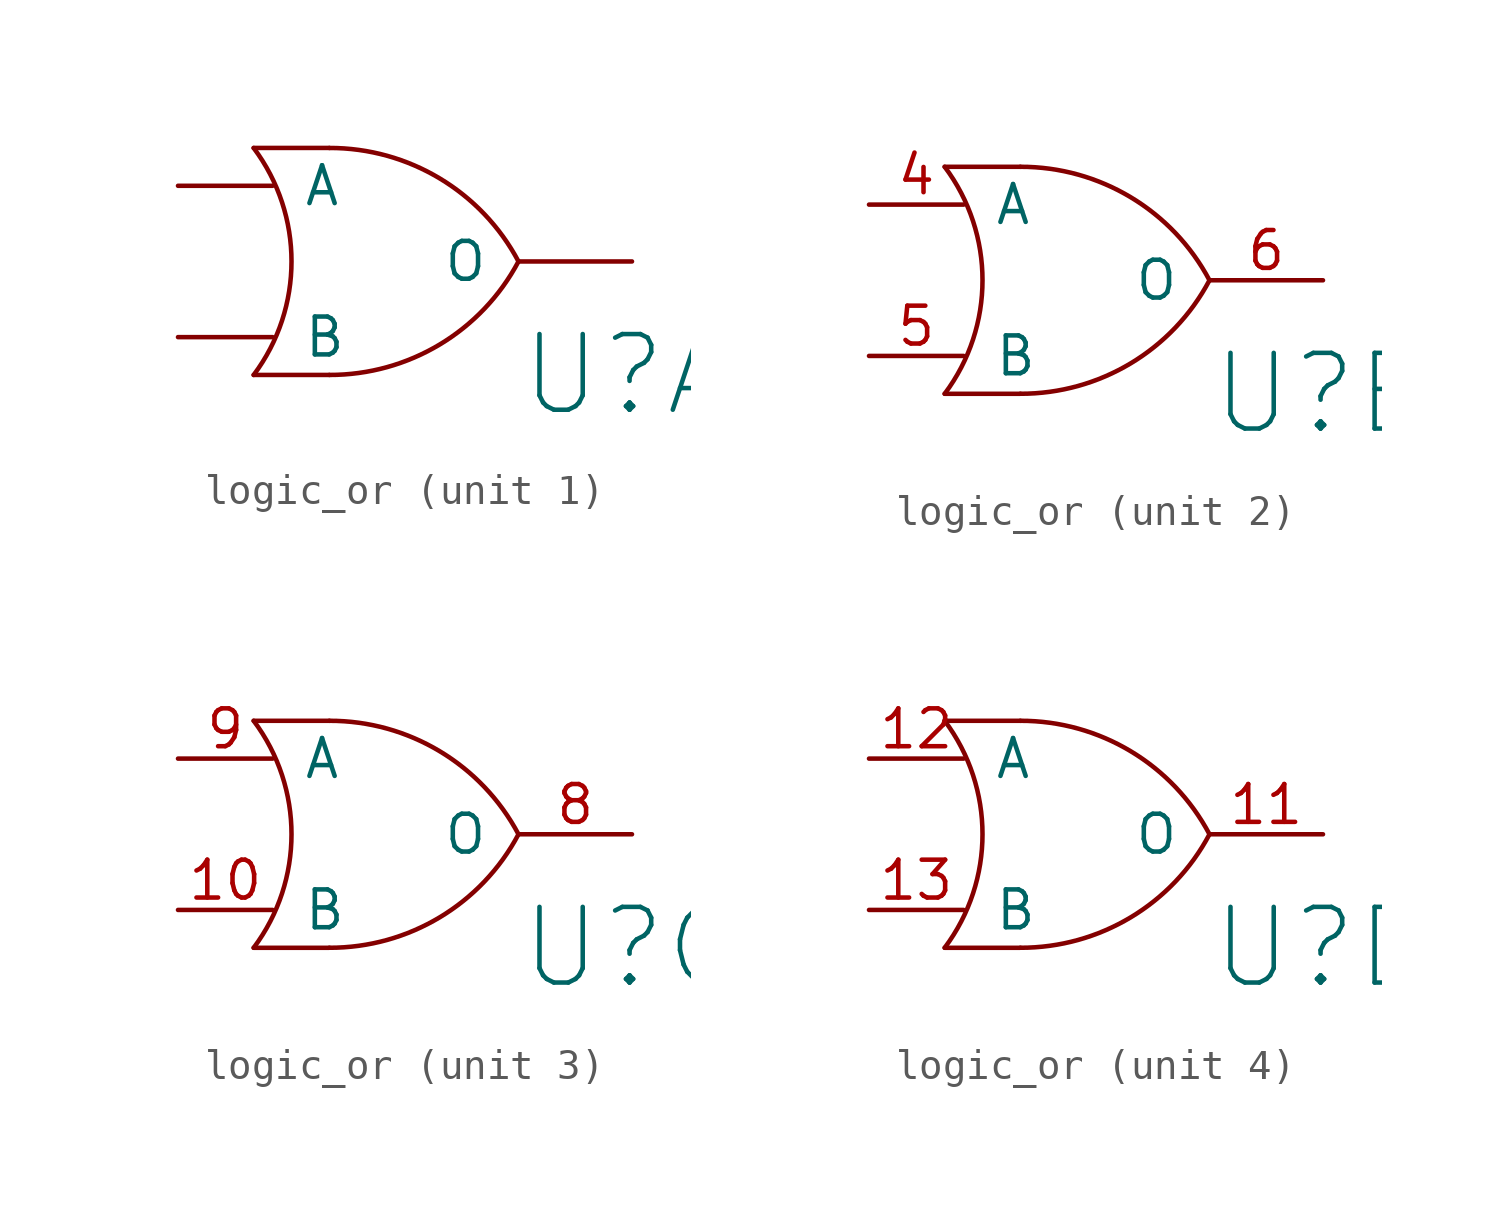
<source format=kicad_sym>
(kicad_symbol_lib
  (version 20211014)
  (generator kicad_symbol_editor)
  (symbol "logic_or"
    (pin_names
      (offset 1.016))
    (property "Reference" "U"
      (at 11.43 -6.35 0)
      (effects (font (size 2.54 2.54)) (justify left)))
    (symbol "logic_or_0_1"
      (polyline (pts (xy 2.54 -6.35) (xy 5.08 -6.35)) (stroke (width 0) (type default) (color 0 0 0 0)) (fill (type none)))
      (polyline (pts (xy 5.08 1.27) (xy 2.54 1.27)) (stroke (width 0) (type default) (color 0 0 0 0)) (fill (type none)))
      (arc (start 2.54 -6.35) (mid 3.81 -2.54) (end 2.54 1.27) (stroke (width 0) (type default) (color 0 0 0 0)) (fill (type none)))
      (arc (start 5.08 -6.35) (mid 8.784 -5.3291) (end 11.43 -2.54) (stroke (width 0) (type default) (color 0 0 0 0)) (fill (type none)))
      (arc (start 11.43 -2.54) (mid 8.7865 0.2471) (end 5.08 1.27) (stroke (width 0) (type default) (color 0 0 0 0)) (fill (type none))))
    (symbol "logic_or_1_1"
      (pin input line (at 0 0 0) (length 3.175) (name "A" (effects (font (size 1.27 1.27)))) (number "~" (effects (font (size 1.27 1.27)))))
      (pin input line (at 0 -5.08 0) (length 3.175) (name "B" (effects (font (size 1.27 1.27)))) (number "~" (effects (font (size 1.27 1.27)))))
      (pin output line (at 15.24 -2.54 180) (length 3.81) (name "O" (effects (font (size 1.27 1.27)))) (number "~" (effects (font (size 1.27 1.27))))))
    (symbol "logic_or_2_1"
      (pin input line (at 0 0 0) (length 3.175) (name "A" (effects (font (size 1.27 1.27)))) (number "4" (effects (font (size 1.27 1.27)))))
      (pin input line (at 0 -5.08 0) (length 3.175) (name "B" (effects (font (size 1.27 1.27)))) (number "5" (effects (font (size 1.27 1.27)))))
      (pin output line (at 15.24 -2.54 180) (length 3.81) (name "O" (effects (font (size 1.27 1.27)))) (number "6" (effects (font (size 1.27 1.27))))))
    (symbol "logic_or_3_1"
      (pin input line (at 0 -5.08 0) (length 3.175) (name "B" (effects (font (size 1.27 1.27)))) (number "10" (effects (font (size 1.27 1.27)))))
      (pin output line (at 15.24 -2.54 180) (length 3.81) (name "O" (effects (font (size 1.27 1.27)))) (number "8" (effects (font (size 1.27 1.27)))))
      (pin input line (at 0 0 0) (length 3.175) (name "A" (effects (font (size 1.27 1.27)))) (number "9" (effects (font (size 1.27 1.27))))))
    (symbol "logic_or_4_1"
      (pin output line (at 15.24 -2.54 180) (length 3.81) (name "O" (effects (font (size 1.27 1.27)))) (number "11" (effects (font (size 1.27 1.27)))))
      (pin input line (at 0 0 0) (length 3.175) (name "A" (effects (font (size 1.27 1.27)))) (number "12" (effects (font (size 1.27 1.27)))))
      (pin input line (at 0 -5.08 0) (length 3.175) (name "B" (effects (font (size 1.27 1.27)))) (number "13" (effects (font (size 1.27 1.27))))))))
</source>
